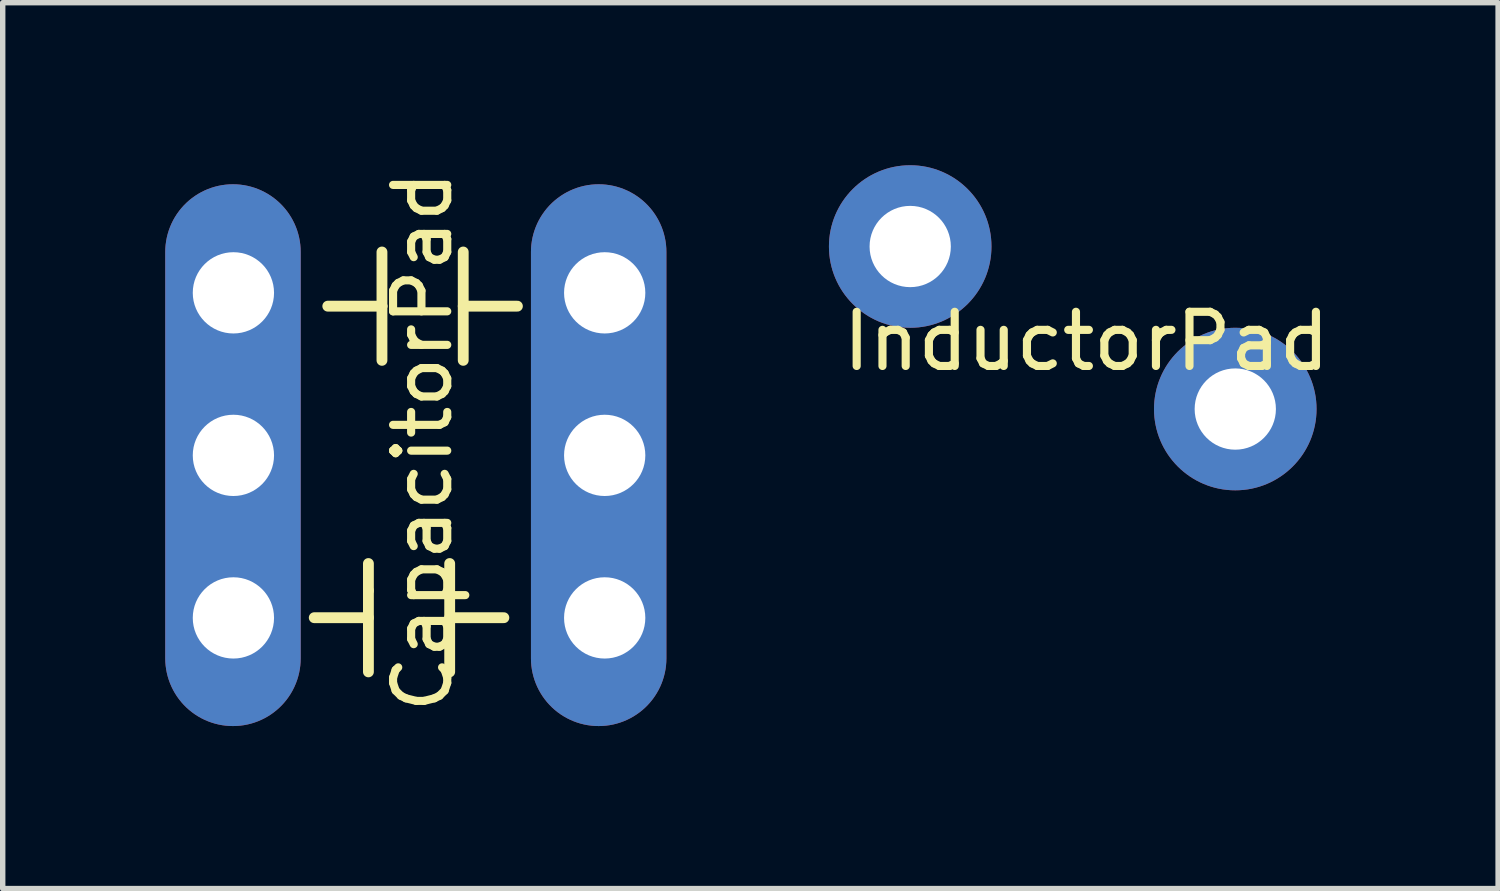
<source format=kicad_pcb>
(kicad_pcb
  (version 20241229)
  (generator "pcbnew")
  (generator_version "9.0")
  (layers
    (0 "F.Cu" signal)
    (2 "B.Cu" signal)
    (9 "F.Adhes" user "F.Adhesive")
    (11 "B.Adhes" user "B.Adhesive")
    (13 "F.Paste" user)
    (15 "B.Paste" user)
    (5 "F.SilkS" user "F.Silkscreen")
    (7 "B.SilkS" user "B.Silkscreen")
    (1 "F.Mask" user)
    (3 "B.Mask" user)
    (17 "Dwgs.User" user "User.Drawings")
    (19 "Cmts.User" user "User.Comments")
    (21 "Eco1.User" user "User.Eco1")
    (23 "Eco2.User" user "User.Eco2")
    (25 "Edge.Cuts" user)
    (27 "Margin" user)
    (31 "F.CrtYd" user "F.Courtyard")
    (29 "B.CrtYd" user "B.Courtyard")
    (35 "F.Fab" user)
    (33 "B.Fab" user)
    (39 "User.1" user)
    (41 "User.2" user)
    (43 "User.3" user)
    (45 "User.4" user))
  (footprint "CapacitorPad"
    (layer "F.Cu")
    (at 4.75 5.601)
    (property "Reference" "CapacitorPad" (at 0 -0.5 90) (layer "F.SilkS") (effects (font (size 1 1) (thickness 0.15))))
    (attr through_hole)
    (fp_line (start -1 1.75) (end -1 2.25) (stroke (width 0.2) (type solid)) (layer "F.SilkS"))
    (fp_line (start -1 2.25) (end -1 3.75) (stroke (width 0.2) (type solid)) (layer "F.SilkS"))
    (fp_line (start -1 2.75) (end -2 2.75) (stroke (width 0.2) (type solid)) (layer "F.SilkS"))
    (fp_line (start -0.75 -3) (end -1.75 -3) (stroke (width 0.2) (type solid)) (layer "F.SilkS"))
    (fp_line (start -0.75 -3) (end -0.75 -4) (stroke (width 0.2) (type solid)) (layer "F.SilkS"))
    (fp_line (start -0.75 -3) (end -0.75 -2) (stroke (width 0.2) (type solid)) (layer "F.SilkS"))
    (fp_line (start 0.5 1.75) (end 0.5 3.75) (stroke (width 0.2) (type solid)) (layer "F.SilkS"))
    (fp_line (start 0.5 2.75) (end 1.5 2.75) (stroke (width 0.2) (type solid)) (layer "F.SilkS"))
    (fp_line (start 0.75 -4) (end 0.75 -2) (stroke (width 0.2) (type solid)) (layer "F.SilkS"))
    (fp_line (start 0.75 -3) (end 1.75 -3) (stroke (width 0.2) (type solid)) (layer "F.SilkS"))
    (pad "1" smd oval (at -3.5 -0.25) (size 2.5 10) (layers "F.Cu" "F.Mask" "F.Paste"))
    (pad "1" smd oval (at -3.5 -0.25) (size 2.5 10) (layers "F.Mask" "B.Cu" "F.Paste"))
    (pad "1" thru_hole circle (at -3.492 -3.246) (size 1.7 1.7) (drill 1.5) (layers "*.Cu" "*.Mask"))
    (pad "1" thru_hole circle (at -3.492 -0.246) (size 1.7 1.7) (drill 1.5) (layers "*.Cu" "*.Mask"))
    (pad "1" thru_hole circle (at -3.492 2.754) (size 1.7 1.7) (drill 1.5) (layers "*.Cu" "*.Mask"))
    (pad "2" smd oval (at 3.25 -0.25) (size 2.5 10) (layers "F.Cu" "F.Mask" "F.Paste"))
    (pad "2" smd oval (at 3.25 -0.25) (size 2.5 10) (layers "F.Mask" "B.Cu" "F.Paste"))
    (pad "2" thru_hole circle (at 3.361 -3.246) (size 1.7 1.7) (drill 1.5) (layers "*.Cu" "*.Mask"))
    (pad "2" thru_hole circle (at 3.361 -0.246) (size 1.7 1.7) (drill 1.5) (layers "*.Cu" "*.Mask"))
    (pad "2" thru_hole circle (at 3.361 2.754) (size 1.7 1.7) (drill 1.5) (layers "*.Cu" "*.Mask")))
  (footprint "InductorPad"
    (layer "F.Cu")
    (at 16.75 3)
    (property "Reference" "InductorPad" (at 0.25 0.25 180) (layer "F.SilkS") (effects (font (size 1 1) (thickness 0.15))))
    (attr through_hole)
    (pad "1" thru_hole circle (at -3 -1.5) (size 3 3) (drill 1.5) (layers "*.Cu" "*.Mask"))
    (pad "2" thru_hole circle (at 3 1.5) (size 3 3) (drill 1.5) (layers "*.Cu" "*.Mask")))
  (gr_rect
    (start -3 -3)
    (end 24.601 13.351)
    (stroke (width 0.1) (type default))
    (fill no)
    (layer "Edge.Cuts")))
</source>
